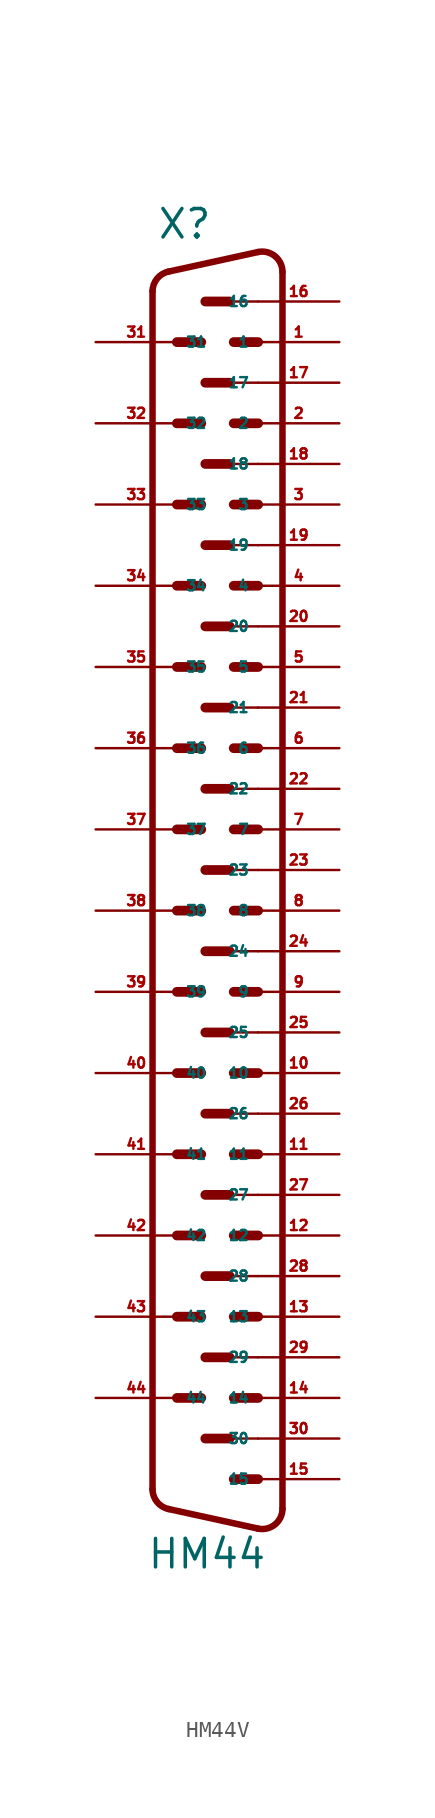
<source format=kicad_sym>
(kicad_symbol_lib
  (version 20220914)
  (generator Eagle2Kicad)
  (symbol "HM44V"
    (property "Reference" "X"
      (at -3.81 36.83 0)
      (effects (font (size 1.778 1.778) (thickness 0.22)) (justify left bottom)))
    (property "Value" "HM44"
      (at -4.445 -46.355 0)
      (effects (font (size 1.778 1.778) (thickness 0.22)) (justify left bottom)))
    (arc
      (start 4.064 34.8712)
      (mid 3.590 35.861)
      (end 2.5226 36.112)
      (stroke (width 0.4064) (type default))
      (fill (type none)))
    (polyline
      (pts (xy 2.523 36.112) (xy -3.065 34.889))
      (stroke (width 0.406) (type default))
      (fill (type none)))
    (arc
      (start -3.0654 34.8895)
      (mid -3.783 34.445)
      (end -4.0642 33.6488)
      (stroke (width 0.4064) (type default))
      (fill (type none)))
    (polyline
      (pts (xy -4.064 -41.269) (xy -4.064 33.649))
      (stroke (width 0.406) (type default))
      (fill (type none)))
    (arc
      (start -4.064 -41.2688)
      (mid -3.783 -42.065)
      (end -3.0654 -42.5094)
      (stroke (width 0.4064) (type default))
      (fill (type none)))
    (polyline
      (pts (xy 4.064 -42.491) (xy 4.064 34.871))
      (stroke (width 0.406) (type default))
      (fill (type none)))
    (polyline
      (pts (xy 2.523 -43.732) (xy -3.065 -42.509))
      (stroke (width 0.406) (type default))
      (fill (type none)))
    (arc
      (start 2.5226 -43.7319)
      (mid 3.590 -43.481)
      (end 4.064 -42.4912)
      (stroke (width 0.4064) (type default))
      (fill (type none)))
    (polyline
      (pts (xy 2.54 33.02) (xy 0.762 33.02))
      (stroke (width 0.152) (type default))
      (fill (type none)))
    (polyline
      (pts (xy 2.54 27.94) (xy 0.762 27.94))
      (stroke (width 0.152) (type default))
      (fill (type none)))
    (polyline
      (pts (xy 2.54 22.86) (xy 0.762 22.86))
      (stroke (width 0.152) (type default))
      (fill (type none)))
    (polyline
      (pts (xy 2.54 17.78) (xy 0.762 17.78))
      (stroke (width 0.152) (type default))
      (fill (type none)))
    (polyline
      (pts (xy 2.54 12.7) (xy 0.762 12.7))
      (stroke (width 0.152) (type default))
      (fill (type none)))
    (polyline
      (pts (xy -1.016 30.48) (xy -2.54 30.48))
      (stroke (width 0.61) (type default))
      (fill (type none)))
    (polyline
      (pts (xy 2.54 30.48) (xy 1.016 30.48))
      (stroke (width 0.61) (type default))
      (fill (type none)))
    (polyline
      (pts (xy 0.762 33.02) (xy -0.762 33.02))
      (stroke (width 0.61) (type default))
      (fill (type none)))
    (polyline
      (pts (xy -1.016 25.4) (xy -2.54 25.4))
      (stroke (width 0.61) (type default))
      (fill (type none)))
    (polyline
      (pts (xy 2.54 25.4) (xy 1.016 25.4))
      (stroke (width 0.61) (type default))
      (fill (type none)))
    (polyline
      (pts (xy 0.762 27.94) (xy -0.762 27.94))
      (stroke (width 0.61) (type default))
      (fill (type none)))
    (polyline
      (pts (xy -1.016 20.32) (xy -2.54 20.32))
      (stroke (width 0.61) (type default))
      (fill (type none)))
    (polyline
      (pts (xy 2.54 20.32) (xy 1.016 20.32))
      (stroke (width 0.61) (type default))
      (fill (type none)))
    (polyline
      (pts (xy 0.762 22.86) (xy -0.762 22.86))
      (stroke (width 0.61) (type default))
      (fill (type none)))
    (polyline
      (pts (xy -1.016 15.24) (xy -2.54 15.24))
      (stroke (width 0.61) (type default))
      (fill (type none)))
    (polyline
      (pts (xy 2.54 15.24) (xy 1.016 15.24))
      (stroke (width 0.61) (type default))
      (fill (type none)))
    (polyline
      (pts (xy 0.762 17.78) (xy -0.762 17.78))
      (stroke (width 0.61) (type default))
      (fill (type none)))
    (polyline
      (pts (xy -1.016 10.16) (xy -2.54 10.16))
      (stroke (width 0.61) (type default))
      (fill (type none)))
    (polyline
      (pts (xy 2.54 10.16) (xy 1.016 10.16))
      (stroke (width 0.61) (type default))
      (fill (type none)))
    (polyline
      (pts (xy 0.762 12.7) (xy -0.762 12.7))
      (stroke (width 0.61) (type default))
      (fill (type none)))
    (polyline
      (pts (xy 2.54 7.62) (xy 0.762 7.62))
      (stroke (width 0.152) (type default))
      (fill (type none)))
    (polyline
      (pts (xy 2.54 2.54) (xy 0.762 2.54))
      (stroke (width 0.152) (type default))
      (fill (type none)))
    (polyline
      (pts (xy 2.54 -2.54) (xy 0.762 -2.54))
      (stroke (width 0.152) (type default))
      (fill (type none)))
    (polyline
      (pts (xy -1.016 5.08) (xy -2.54 5.08))
      (stroke (width 0.61) (type default))
      (fill (type none)))
    (polyline
      (pts (xy 2.54 5.08) (xy 1.016 5.08))
      (stroke (width 0.61) (type default))
      (fill (type none)))
    (polyline
      (pts (xy 0.762 7.62) (xy -0.762 7.62))
      (stroke (width 0.61) (type default))
      (fill (type none)))
    (polyline
      (pts (xy -1.016 0) (xy -2.54 0))
      (stroke (width 0.61) (type default))
      (fill (type none)))
    (polyline
      (pts (xy 2.54 0) (xy 1.016 0))
      (stroke (width 0.61) (type default))
      (fill (type none)))
    (polyline
      (pts (xy 0.762 2.54) (xy -0.762 2.54))
      (stroke (width 0.61) (type default))
      (fill (type none)))
    (polyline
      (pts (xy 2.54 -5.08) (xy 1.016 -5.08))
      (stroke (width 0.61) (type default))
      (fill (type none)))
    (polyline
      (pts (xy 0.762 -2.54) (xy -0.762 -2.54))
      (stroke (width 0.61) (type default))
      (fill (type none)))
    (polyline
      (pts (xy 2.54 -10.16) (xy 1.016 -10.16))
      (stroke (width 0.61) (type default))
      (fill (type none)))
    (polyline
      (pts (xy -1.016 -5.08) (xy -2.54 -5.08))
      (stroke (width 0.61) (type default))
      (fill (type none)))
    (polyline
      (pts (xy 0.762 -7.62) (xy -0.762 -7.62))
      (stroke (width 0.61) (type default))
      (fill (type none)))
    (polyline
      (pts (xy 2.54 -7.62) (xy 0.762 -7.62))
      (stroke (width 0.152) (type default))
      (fill (type none)))
    (polyline
      (pts (xy 2.54 -12.7) (xy 0.762 -12.7))
      (stroke (width 0.152) (type default))
      (fill (type none)))
    (polyline
      (pts (xy -1.016 -10.16) (xy -2.54 -10.16))
      (stroke (width 0.61) (type default))
      (fill (type none)))
    (polyline
      (pts (xy -1.016 -15.24) (xy -2.54 -15.24))
      (stroke (width 0.61) (type default))
      (fill (type none)))
    (polyline
      (pts (xy 2.54 -15.24) (xy 1.016 -15.24))
      (stroke (width 0.61) (type default))
      (fill (type none)))
    (polyline
      (pts (xy 0.762 -12.7) (xy -0.762 -12.7))
      (stroke (width 0.61) (type default))
      (fill (type none)))
    (polyline
      (pts (xy 2.54 -17.78) (xy 0.762 -17.78))
      (stroke (width 0.152) (type default))
      (fill (type none)))
    (polyline
      (pts (xy 2.54 -22.86) (xy 0.762 -22.86))
      (stroke (width 0.152) (type default))
      (fill (type none)))
    (polyline
      (pts (xy 2.54 -27.94) (xy 0.762 -27.94))
      (stroke (width 0.152) (type default))
      (fill (type none)))
    (polyline
      (pts (xy -1.016 -20.32) (xy -2.54 -20.32))
      (stroke (width 0.61) (type default))
      (fill (type none)))
    (polyline
      (pts (xy 2.54 -20.32) (xy 1.016 -20.32))
      (stroke (width 0.61) (type default))
      (fill (type none)))
    (polyline
      (pts (xy 0.762 -17.78) (xy -0.762 -17.78))
      (stroke (width 0.61) (type default))
      (fill (type none)))
    (polyline
      (pts (xy -1.016 -25.4) (xy -2.54 -25.4))
      (stroke (width 0.61) (type default))
      (fill (type none)))
    (polyline
      (pts (xy 2.54 -25.4) (xy 1.016 -25.4))
      (stroke (width 0.61) (type default))
      (fill (type none)))
    (polyline
      (pts (xy 0.762 -22.86) (xy -0.762 -22.86))
      (stroke (width 0.61) (type default))
      (fill (type none)))
    (polyline
      (pts (xy 2.54 -30.48) (xy 1.016 -30.48))
      (stroke (width 0.61) (type default))
      (fill (type none)))
    (polyline
      (pts (xy 0.762 -27.94) (xy -0.762 -27.94))
      (stroke (width 0.61) (type default))
      (fill (type none)))
    (polyline
      (pts (xy 2.54 -35.56) (xy 1.016 -35.56))
      (stroke (width 0.61) (type default))
      (fill (type none)))
    (polyline
      (pts (xy -1.016 -30.48) (xy -2.54 -30.48))
      (stroke (width 0.61) (type default))
      (fill (type none)))
    (polyline
      (pts (xy 0.762 -33.02) (xy -0.762 -33.02))
      (stroke (width 0.61) (type default))
      (fill (type none)))
    (polyline
      (pts (xy 2.54 -33.02) (xy 0.762 -33.02))
      (stroke (width 0.152) (type default))
      (fill (type none)))
    (polyline
      (pts (xy 2.54 -40.64) (xy 1.016 -40.64))
      (stroke (width 0.61) (type default))
      (fill (type none)))
    (polyline
      (pts (xy -1.016 -35.56) (xy -2.54 -35.56))
      (stroke (width 0.61) (type default))
      (fill (type none)))
    (polyline
      (pts (xy 0.762 -38.1) (xy -0.762 -38.1))
      (stroke (width 0.61) (type default))
      (fill (type none)))
    (polyline
      (pts (xy 2.54 -38.1) (xy 0.762 -38.1))
      (stroke (width 0.152) (type default))
      (fill (type none)))
    (pin passive line
      (at 7.62 30.48 180)
      (length 5.08)
      (name "1" (effects (font (size 0.635 0.635) (thickness 0.08)) (justify left bottom)))
      (number "1" (effects (font (size 0.635 0.635) (thickness 0.08)) (justify left bottom))))
    (pin passive line
      (at 7.62 25.4 180)
      (length 5.08)
      (name "2" (effects (font (size 0.635 0.635) (thickness 0.08)) (justify left bottom)))
      (number "2" (effects (font (size 0.635 0.635) (thickness 0.08)) (justify left bottom))))
    (pin passive line
      (at 7.62 20.32 180)
      (length 5.08)
      (name "3" (effects (font (size 0.635 0.635) (thickness 0.08)) (justify left bottom)))
      (number "3" (effects (font (size 0.635 0.635) (thickness 0.08)) (justify left bottom))))
    (pin passive line
      (at 7.62 15.24 180)
      (length 5.08)
      (name "4" (effects (font (size 0.635 0.635) (thickness 0.08)) (justify left bottom)))
      (number "4" (effects (font (size 0.635 0.635) (thickness 0.08)) (justify left bottom))))
    (pin passive line
      (at 7.62 10.16 180)
      (length 5.08)
      (name "5" (effects (font (size 0.635 0.635) (thickness 0.08)) (justify left bottom)))
      (number "5" (effects (font (size 0.635 0.635) (thickness 0.08)) (justify left bottom))))
    (pin passive line
      (at 7.62 5.08 180)
      (length 5.08)
      (name "6" (effects (font (size 0.635 0.635) (thickness 0.08)) (justify left bottom)))
      (number "6" (effects (font (size 0.635 0.635) (thickness 0.08)) (justify left bottom))))
    (pin passive line
      (at 7.62 0 180)
      (length 5.08)
      (name "7" (effects (font (size 0.635 0.635) (thickness 0.08)) (justify left bottom)))
      (number "7" (effects (font (size 0.635 0.635) (thickness 0.08)) (justify left bottom))))
    (pin passive line
      (at 7.62 -5.08 180)
      (length 5.08)
      (name "8" (effects (font (size 0.635 0.635) (thickness 0.08)) (justify left bottom)))
      (number "8" (effects (font (size 0.635 0.635) (thickness 0.08)) (justify left bottom))))
    (pin passive line
      (at 7.62 -10.16 180)
      (length 5.08)
      (name "9" (effects (font (size 0.635 0.635) (thickness 0.08)) (justify left bottom)))
      (number "9" (effects (font (size 0.635 0.635) (thickness 0.08)) (justify left bottom))))
    (pin passive line
      (at 7.62 -15.24 180)
      (length 5.08)
      (name "10" (effects (font (size 0.635 0.635) (thickness 0.08)) (justify left bottom)))
      (number "10" (effects (font (size 0.635 0.635) (thickness 0.08)) (justify left bottom))))
    (pin passive line
      (at 7.62 -20.32 180)
      (length 5.08)
      (name "11" (effects (font (size 0.635 0.635) (thickness 0.08)) (justify left bottom)))
      (number "11" (effects (font (size 0.635 0.635) (thickness 0.08)) (justify left bottom))))
    (pin passive line
      (at 7.62 -25.4 180)
      (length 5.08)
      (name "12" (effects (font (size 0.635 0.635) (thickness 0.08)) (justify left bottom)))
      (number "12" (effects (font (size 0.635 0.635) (thickness 0.08)) (justify left bottom))))
    (pin passive line
      (at 7.62 -30.48 180)
      (length 5.08)
      (name "13" (effects (font (size 0.635 0.635) (thickness 0.08)) (justify left bottom)))
      (number "13" (effects (font (size 0.635 0.635) (thickness 0.08)) (justify left bottom))))
    (pin passive line
      (at 7.62 -35.56 180)
      (length 5.08)
      (name "14" (effects (font (size 0.635 0.635) (thickness 0.08)) (justify left bottom)))
      (number "14" (effects (font (size 0.635 0.635) (thickness 0.08)) (justify left bottom))))
    (pin passive line
      (at 7.62 -40.64 180)
      (length 5.08)
      (name "15" (effects (font (size 0.635 0.635) (thickness 0.08)) (justify left bottom)))
      (number "15" (effects (font (size 0.635 0.635) (thickness 0.08)) (justify left bottom))))
    (pin passive line
      (at 7.62 33.02 180)
      (length 5.08)
      (name "16" (effects (font (size 0.635 0.635) (thickness 0.08)) (justify left bottom)))
      (number "16" (effects (font (size 0.635 0.635) (thickness 0.08)) (justify left bottom))))
    (pin passive line
      (at 7.62 27.94 180)
      (length 5.08)
      (name "17" (effects (font (size 0.635 0.635) (thickness 0.08)) (justify left bottom)))
      (number "17" (effects (font (size 0.635 0.635) (thickness 0.08)) (justify left bottom))))
    (pin passive line
      (at 7.62 22.86 180)
      (length 5.08)
      (name "18" (effects (font (size 0.635 0.635) (thickness 0.08)) (justify left bottom)))
      (number "18" (effects (font (size 0.635 0.635) (thickness 0.08)) (justify left bottom))))
    (pin passive line
      (at 7.62 17.78 180)
      (length 5.08)
      (name "19" (effects (font (size 0.635 0.635) (thickness 0.08)) (justify left bottom)))
      (number "19" (effects (font (size 0.635 0.635) (thickness 0.08)) (justify left bottom))))
    (pin passive line
      (at 7.62 12.7 180)
      (length 5.08)
      (name "20" (effects (font (size 0.635 0.635) (thickness 0.08)) (justify left bottom)))
      (number "20" (effects (font (size 0.635 0.635) (thickness 0.08)) (justify left bottom))))
    (pin passive line
      (at 7.62 7.62 180)
      (length 5.08)
      (name "21" (effects (font (size 0.635 0.635) (thickness 0.08)) (justify left bottom)))
      (number "21" (effects (font (size 0.635 0.635) (thickness 0.08)) (justify left bottom))))
    (pin passive line
      (at 7.62 2.54 180)
      (length 5.08)
      (name "22" (effects (font (size 0.635 0.635) (thickness 0.08)) (justify left bottom)))
      (number "22" (effects (font (size 0.635 0.635) (thickness 0.08)) (justify left bottom))))
    (pin passive line
      (at 7.62 -2.54 180)
      (length 5.08)
      (name "23" (effects (font (size 0.635 0.635) (thickness 0.08)) (justify left bottom)))
      (number "23" (effects (font (size 0.635 0.635) (thickness 0.08)) (justify left bottom))))
    (pin passive line
      (at 7.62 -7.62 180)
      (length 5.08)
      (name "24" (effects (font (size 0.635 0.635) (thickness 0.08)) (justify left bottom)))
      (number "24" (effects (font (size 0.635 0.635) (thickness 0.08)) (justify left bottom))))
    (pin passive line
      (at 7.62 -12.7 180)
      (length 5.08)
      (name "25" (effects (font (size 0.635 0.635) (thickness 0.08)) (justify left bottom)))
      (number "25" (effects (font (size 0.635 0.635) (thickness 0.08)) (justify left bottom))))
    (pin passive line
      (at 7.62 -17.78 180)
      (length 5.08)
      (name "26" (effects (font (size 0.635 0.635) (thickness 0.08)) (justify left bottom)))
      (number "26" (effects (font (size 0.635 0.635) (thickness 0.08)) (justify left bottom))))
    (pin passive line
      (at 7.62 -22.86 180)
      (length 5.08)
      (name "27" (effects (font (size 0.635 0.635) (thickness 0.08)) (justify left bottom)))
      (number "27" (effects (font (size 0.635 0.635) (thickness 0.08)) (justify left bottom))))
    (pin passive line
      (at 7.62 -27.94 180)
      (length 5.08)
      (name "28" (effects (font (size 0.635 0.635) (thickness 0.08)) (justify left bottom)))
      (number "28" (effects (font (size 0.635 0.635) (thickness 0.08)) (justify left bottom))))
    (pin passive line
      (at 7.62 -33.02 180)
      (length 5.08)
      (name "29" (effects (font (size 0.635 0.635) (thickness 0.08)) (justify left bottom)))
      (number "29" (effects (font (size 0.635 0.635) (thickness 0.08)) (justify left bottom))))
    (pin passive line
      (at 7.62 -38.1 180)
      (length 5.08)
      (name "30" (effects (font (size 0.635 0.635) (thickness 0.08)) (justify left bottom)))
      (number "30" (effects (font (size 0.635 0.635) (thickness 0.08)) (justify left bottom))))
    (pin passive line
      (at -7.62 30.48 0)
      (length 5.08)
      (name "31" (effects (font (size 0.635 0.635) (thickness 0.08)) (justify left bottom)))
      (number "31" (effects (font (size 0.635 0.635) (thickness 0.08)) (justify left bottom))))
    (pin passive line
      (at -7.62 25.4 0)
      (length 5.08)
      (name "32" (effects (font (size 0.635 0.635) (thickness 0.08)) (justify left bottom)))
      (number "32" (effects (font (size 0.635 0.635) (thickness 0.08)) (justify left bottom))))
    (pin passive line
      (at -7.62 20.32 0)
      (length 5.08)
      (name "33" (effects (font (size 0.635 0.635) (thickness 0.08)) (justify left bottom)))
      (number "33" (effects (font (size 0.635 0.635) (thickness 0.08)) (justify left bottom))))
    (pin passive line
      (at -7.62 15.24 0)
      (length 5.08)
      (name "34" (effects (font (size 0.635 0.635) (thickness 0.08)) (justify left bottom)))
      (number "34" (effects (font (size 0.635 0.635) (thickness 0.08)) (justify left bottom))))
    (pin passive line
      (at -7.62 10.16 0)
      (length 5.08)
      (name "35" (effects (font (size 0.635 0.635) (thickness 0.08)) (justify left bottom)))
      (number "35" (effects (font (size 0.635 0.635) (thickness 0.08)) (justify left bottom))))
    (pin passive line
      (at -7.62 5.08 0)
      (length 5.08)
      (name "36" (effects (font (size 0.635 0.635) (thickness 0.08)) (justify left bottom)))
      (number "36" (effects (font (size 0.635 0.635) (thickness 0.08)) (justify left bottom))))
    (pin passive line
      (at -7.62 0 0)
      (length 5.08)
      (name "37" (effects (font (size 0.635 0.635) (thickness 0.08)) (justify left bottom)))
      (number "37" (effects (font (size 0.635 0.635) (thickness 0.08)) (justify left bottom))))
    (pin passive line
      (at -7.62 -5.08 0)
      (length 5.08)
      (name "38" (effects (font (size 0.635 0.635) (thickness 0.08)) (justify left bottom)))
      (number "38" (effects (font (size 0.635 0.635) (thickness 0.08)) (justify left bottom))))
    (pin passive line
      (at -7.62 -10.16 0)
      (length 5.08)
      (name "39" (effects (font (size 0.635 0.635) (thickness 0.08)) (justify left bottom)))
      (number "39" (effects (font (size 0.635 0.635) (thickness 0.08)) (justify left bottom))))
    (pin passive line
      (at -7.62 -15.24 0)
      (length 5.08)
      (name "40" (effects (font (size 0.635 0.635) (thickness 0.08)) (justify left bottom)))
      (number "40" (effects (font (size 0.635 0.635) (thickness 0.08)) (justify left bottom))))
    (pin passive line
      (at -7.62 -20.32 0)
      (length 5.08)
      (name "41" (effects (font (size 0.635 0.635) (thickness 0.08)) (justify left bottom)))
      (number "41" (effects (font (size 0.635 0.635) (thickness 0.08)) (justify left bottom))))
    (pin passive line
      (at -7.62 -25.4 0)
      (length 5.08)
      (name "42" (effects (font (size 0.635 0.635) (thickness 0.08)) (justify left bottom)))
      (number "42" (effects (font (size 0.635 0.635) (thickness 0.08)) (justify left bottom))))
    (pin passive line
      (at -7.62 -30.48 0)
      (length 5.08)
      (name "43" (effects (font (size 0.635 0.635) (thickness 0.08)) (justify left bottom)))
      (number "43" (effects (font (size 0.635 0.635) (thickness 0.08)) (justify left bottom))))
    (pin passive line
      (at -7.62 -35.56 0)
      (length 5.08)
      (name "44" (effects (font (size 0.635 0.635) (thickness 0.08)) (justify left bottom)))
      (number "44" (effects (font (size 0.635 0.635) (thickness 0.08)) (justify left bottom))))))
</source>
